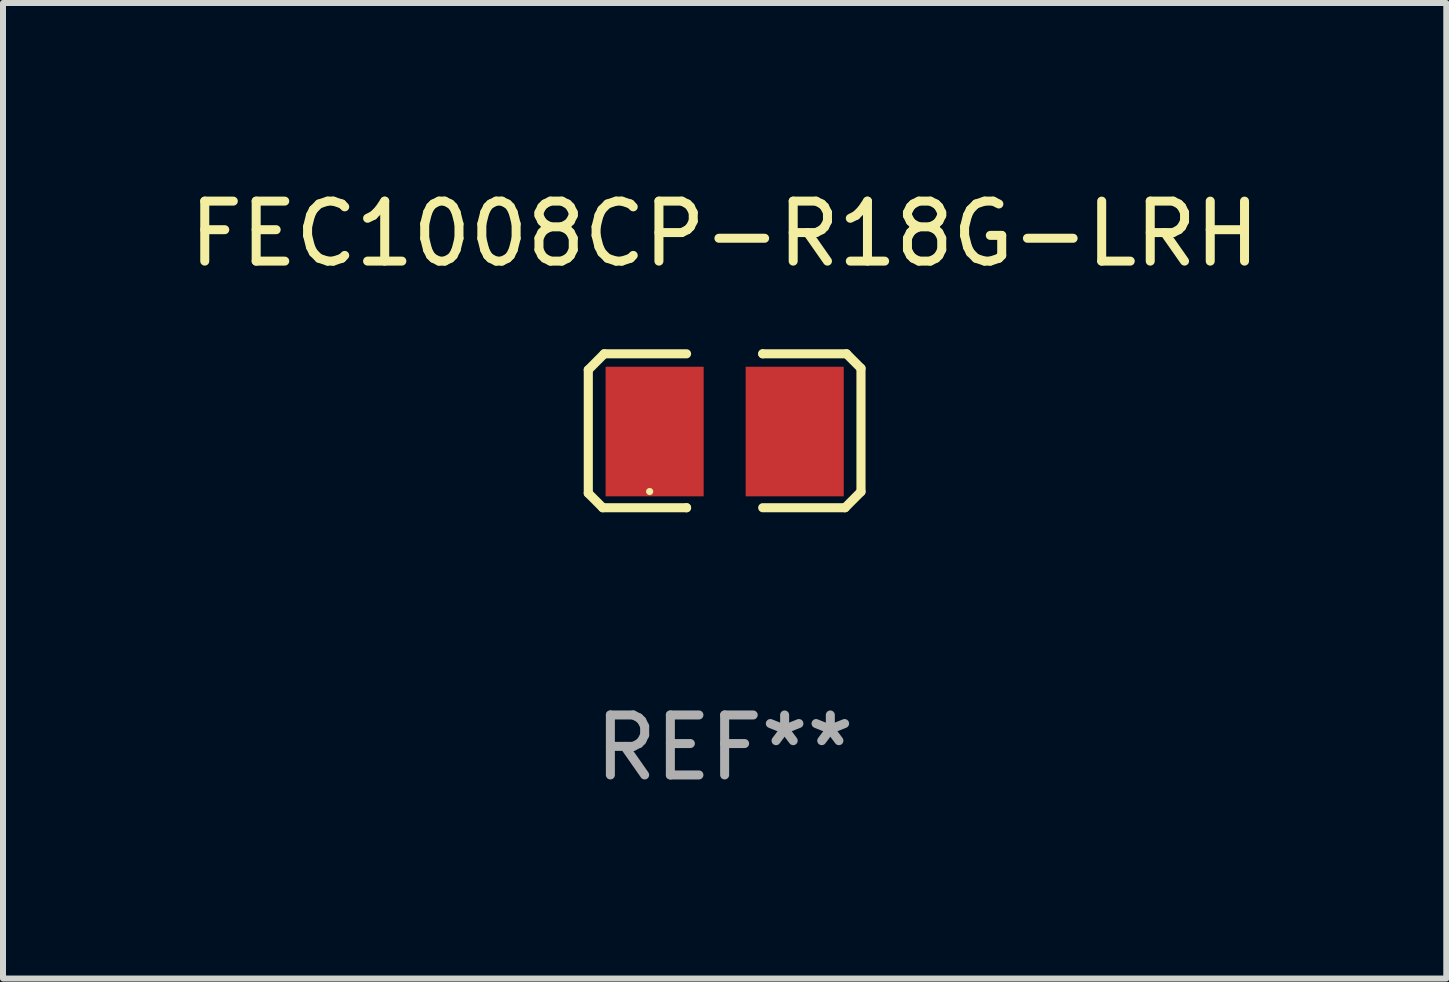
<source format=kicad_pcb>
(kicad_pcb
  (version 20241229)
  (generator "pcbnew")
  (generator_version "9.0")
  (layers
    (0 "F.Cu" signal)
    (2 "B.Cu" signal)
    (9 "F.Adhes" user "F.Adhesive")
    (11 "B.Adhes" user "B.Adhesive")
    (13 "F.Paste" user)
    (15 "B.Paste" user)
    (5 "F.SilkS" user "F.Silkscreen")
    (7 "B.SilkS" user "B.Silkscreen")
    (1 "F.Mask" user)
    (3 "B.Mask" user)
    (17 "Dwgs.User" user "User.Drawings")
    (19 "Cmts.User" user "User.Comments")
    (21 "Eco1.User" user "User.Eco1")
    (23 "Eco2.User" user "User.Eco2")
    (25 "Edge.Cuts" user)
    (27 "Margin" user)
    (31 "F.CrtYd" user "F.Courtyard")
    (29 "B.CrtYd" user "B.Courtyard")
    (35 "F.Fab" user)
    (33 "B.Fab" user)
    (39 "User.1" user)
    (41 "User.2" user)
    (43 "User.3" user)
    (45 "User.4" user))
  (footprint "FEC1008CP-R18G-LRH"
    (layer "F.Cu")
    (at 9.03 4.131)
    (property "Reference" "FEC1008CP-R18G-LRH" (at 0 -3.283 0) (layer "F.SilkS") (effects (font (size 1 1) (thickness 0.15))))
    (attr through_hole)
    (fp_line (start -2.273 -1.016) (end -2.007 -1.283) (stroke (width 0.152) (type solid)) (layer "F.SilkS"))
    (fp_line (start -2.273 1.041) (end -2.273 -1.016) (stroke (width 0.152) (type solid)) (layer "F.SilkS"))
    (fp_line (start -2.032 1.283) (end -2.273 1.041) (stroke (width 0.152) (type solid)) (layer "F.SilkS"))
    (fp_line (start -2.007 -1.283) (end -0.635 -1.283) (stroke (width 0.152) (type solid)) (layer "F.SilkS"))
    (fp_line (start -0.635 1.283) (end -2.032 1.283) (stroke (width 0.152) (type solid)) (layer "F.SilkS"))
    (fp_line (start -0.635 1.283) (end -0.635 1.283) (stroke (width 0.152) (type solid)) (layer "F.SilkS"))
    (fp_line (start 0.635 -1.283) (end 0.635 -1.283) (stroke (width 0.152) (type solid)) (layer "F.SilkS"))
    (fp_line (start 0.635 -1.283) (end 2.032 -1.283) (stroke (width 0.152) (type solid)) (layer "F.SilkS"))
    (fp_line (start 2.007 1.283) (end 0.635 1.283) (stroke (width 0.152) (type solid)) (layer "F.SilkS"))
    (fp_line (start 2.032 -1.283) (end 2.273 -1.041) (stroke (width 0.152) (type solid)) (layer "F.SilkS"))
    (fp_line (start 2.273 -1.041) (end 2.273 1.016) (stroke (width 0.152) (type solid)) (layer "F.SilkS"))
    (fp_line (start 2.273 1.016) (end 2.007 1.283) (stroke (width 0.152) (type solid)) (layer "F.SilkS"))
    (fp_circle (center -1.25 1.013) (end -1.22 1.013) (stroke (width 0.06) (type solid)) (fill no) (layer "F.SilkS"))
    (fp_text user "REF**" (at 0 5.283 0) (layer "F.Fab") (effects (font (size 1 1) (thickness 0.15))))
    (pad "1" smd rect (at -1.167 0.013) (size 1.635 2.16) (layers "F.Cu" "F.Mask" "F.Paste"))
    (pad "2" smd rect (at 1.168 0.013) (size 1.635 2.16) (layers "F.Cu" "F.Mask" "F.Paste")))
  (gr_rect
    (start -3 -3)
    (end 21.06 13.262)
    (stroke (width 0.1) (type default))
    (fill no)
    (layer "Edge.Cuts")))
</source>
